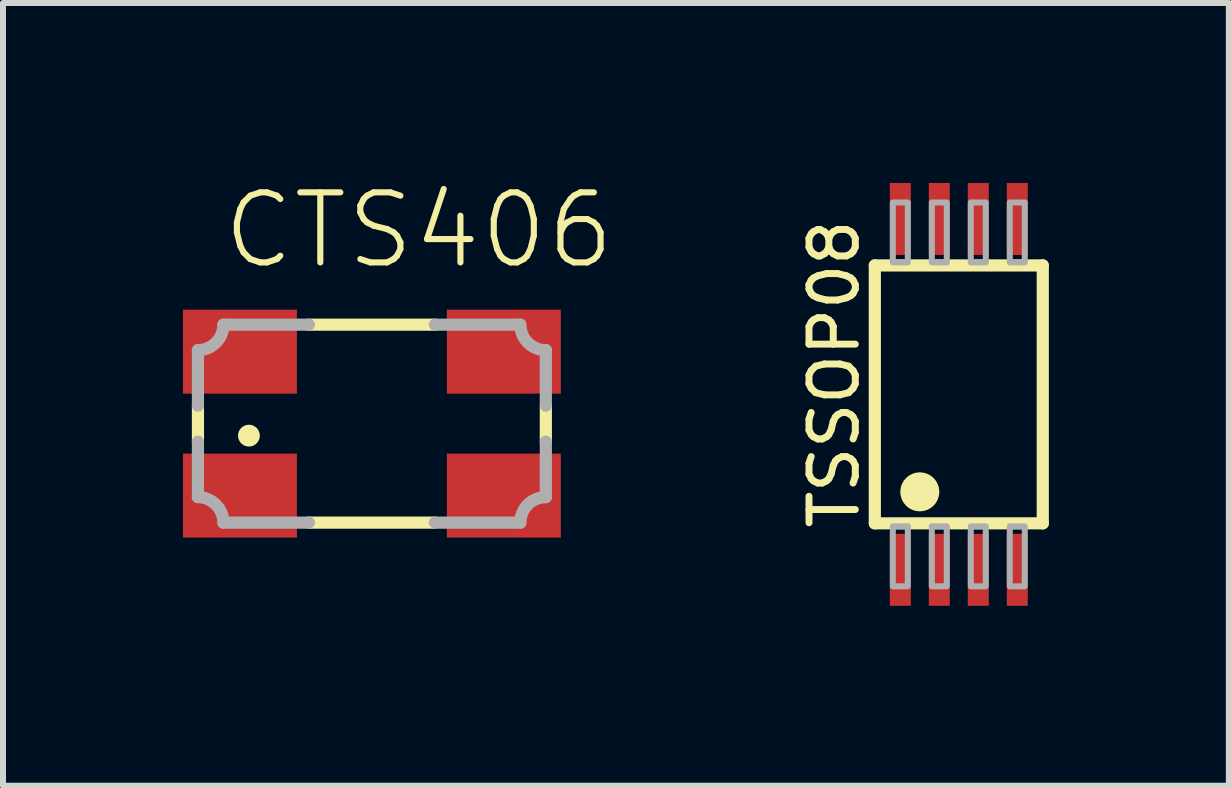
<source format=kicad_pcb>
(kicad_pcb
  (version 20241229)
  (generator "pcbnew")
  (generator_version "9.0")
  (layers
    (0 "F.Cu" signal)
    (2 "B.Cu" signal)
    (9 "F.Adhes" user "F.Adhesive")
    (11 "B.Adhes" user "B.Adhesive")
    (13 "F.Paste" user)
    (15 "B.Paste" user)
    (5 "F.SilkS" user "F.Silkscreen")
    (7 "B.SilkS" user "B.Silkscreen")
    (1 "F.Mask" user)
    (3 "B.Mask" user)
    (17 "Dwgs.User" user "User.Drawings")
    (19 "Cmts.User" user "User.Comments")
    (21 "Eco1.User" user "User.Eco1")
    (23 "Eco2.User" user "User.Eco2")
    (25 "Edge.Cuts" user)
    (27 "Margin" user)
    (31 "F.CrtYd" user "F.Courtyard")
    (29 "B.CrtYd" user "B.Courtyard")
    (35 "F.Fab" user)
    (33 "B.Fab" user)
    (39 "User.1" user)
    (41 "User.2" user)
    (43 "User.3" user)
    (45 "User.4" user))
  (footprint "TSSOP08"
    (layer "F.Cu")
    (at 12.935 3.525)
    (property "Reference" "TSSOP08" (at -1.625 2.29 90) (layer "F.SilkS") (effects (font (size 0.772 0.772) (thickness 0.116)) (justify left bottom)))
    (attr through_hole)
    (fp_line (start -1.4 -2.15) (end -1.4 2.15) (stroke (width 0.203) (type solid)) (layer "F.SilkS"))
    (fp_line (start -1.4 2.15) (end 1.4 2.15) (stroke (width 0.203) (type solid)) (layer "F.SilkS"))
    (fp_line (start 1.4 -2.15) (end -1.4 -2.15) (stroke (width 0.203) (type solid)) (layer "F.SilkS"))
    (fp_line (start 1.4 2.15) (end 1.4 -2.15) (stroke (width 0.203) (type solid)) (layer "F.SilkS"))
    (fp_circle (center -0.65 1.625) (end -0.487 1.625) (stroke (width 0.325) (type solid)) (fill no) (layer "F.SilkS"))
    (fp_poly (pts (xy -1.1 -2.2) (xy -0.85 -2.2) (xy -0.85 -3.2) (xy -1.1 -3.2)) (stroke (width 0.1) (type solid)) (fill no) (layer "F.Fab"))
    (fp_poly (pts (xy -1.1 3.2) (xy -0.85 3.2) (xy -0.85 2.2) (xy -1.1 2.2)) (stroke (width 0.1) (type solid)) (fill no) (layer "F.Fab"))
    (fp_poly (pts (xy -0.45 -2.2) (xy -0.2 -2.2) (xy -0.2 -3.2) (xy -0.45 -3.2)) (stroke (width 0.1) (type solid)) (fill no) (layer "F.Fab"))
    (fp_poly (pts (xy -0.45 3.2) (xy -0.2 3.2) (xy -0.2 2.2) (xy -0.45 2.2)) (stroke (width 0.1) (type solid)) (fill no) (layer "F.Fab"))
    (fp_poly (pts (xy 0.2 -2.2) (xy 0.45 -2.2) (xy 0.45 -3.2) (xy 0.2 -3.2)) (stroke (width 0.1) (type solid)) (fill no) (layer "F.Fab"))
    (fp_poly (pts (xy 0.2 3.2) (xy 0.45 3.2) (xy 0.45 2.2) (xy 0.2 2.2)) (stroke (width 0.1) (type solid)) (fill no) (layer "F.Fab"))
    (fp_poly (pts (xy 0.85 -2.2) (xy 1.1 -2.2) (xy 1.1 -3.2) (xy 0.85 -3.2)) (stroke (width 0.1) (type solid)) (fill no) (layer "F.Fab"))
    (fp_poly (pts (xy 0.85 3.2) (xy 1.1 3.2) (xy 1.1 2.2) (xy 0.85 2.2)) (stroke (width 0.1) (type solid)) (fill no) (layer "F.Fab"))
    (pad "1" smd rect (at -0.975 2.925) (size 0.35 1.2) (layers "F.Cu" "F.Mask" "F.Paste"))
    (pad "2" smd rect (at -0.325 2.925) (size 0.35 1.2) (layers "F.Cu" "F.Mask" "F.Paste"))
    (pad "3" smd rect (at 0.325 2.925) (size 0.35 1.2) (layers "F.Cu" "F.Mask" "F.Paste"))
    (pad "4" smd rect (at 0.975 2.925) (size 0.35 1.2) (layers "F.Cu" "F.Mask" "F.Paste"))
    (pad "5" smd rect (at 0.975 -2.925) (size 0.35 1.2) (layers "F.Cu" "F.Mask" "F.Paste"))
    (pad "6" smd rect (at 0.325 -2.925) (size 0.35 1.2) (layers "F.Cu" "F.Mask" "F.Paste"))
    (pad "7" smd rect (at -0.325 -2.925) (size 0.35 1.2) (layers "F.Cu" "F.Mask" "F.Paste"))
    (pad "8" smd rect (at -0.975 -2.925) (size 0.35 1.2) (layers "F.Cu" "F.Mask" "F.Paste")))
  (footprint "CTS406"
    (layer "F.Cu")
    (at 3.15 4.013)
    (property "Reference" "CTS406" (at -2.54 -2.54 0) (layer "F.SilkS") (effects (font (size 1.168 1.168) (thickness 0.102)) (justify left bottom)))
    (fp_line (start -2.9 0.3) (end -2.9 -0.3) (stroke (width 0.203) (type solid)) (layer "F.SilkS"))
    (fp_line (start -1.05 -1.65) (end 1.05 -1.65) (stroke (width 0.203) (type solid)) (layer "F.SilkS"))
    (fp_line (start 1.05 1.65) (end -1.05 1.65) (stroke (width 0.203) (type solid)) (layer "F.SilkS"))
    (fp_line (start 2.9 -0.3) (end 2.9 0.3) (stroke (width 0.203) (type solid)) (layer "F.SilkS"))
    (fp_circle (center -2.05 0.2) (end -1.959 0.2) (stroke (width 0.182) (type solid)) (fill yes) (layer "F.SilkS"))
    (fp_line (start -2.9 -0.3) (end -2.9 -1.225) (stroke (width 0.203) (type solid)) (layer "F.Fab"))
    (fp_line (start -2.9 1.225) (end -2.9 0.3) (stroke (width 0.203) (type solid)) (layer "F.Fab"))
    (fp_line (start -2.475 -1.65) (end -1.05 -1.65) (stroke (width 0.203) (type solid)) (layer "F.Fab"))
    (fp_line (start -1.05 1.65) (end -2.475 1.65) (stroke (width 0.203) (type solid)) (layer "F.Fab"))
    (fp_line (start 1.05 -1.65) (end 2.475 -1.65) (stroke (width 0.203) (type solid)) (layer "F.Fab"))
    (fp_line (start 2.475 1.65) (end 1.05 1.65) (stroke (width 0.203) (type solid)) (layer "F.Fab"))
    (fp_line (start 2.9 -1.225) (end 2.9 -0.3) (stroke (width 0.203) (type solid)) (layer "F.Fab"))
    (fp_line (start 2.9 0.3) (end 2.9 1.225) (stroke (width 0.203) (type solid)) (layer "F.Fab"))
    (fp_arc (start -2.899998 1.225) (mid -2.600003 1.350005) (end -2.475 1.65) (stroke (width 0.2032) (type solid)) (layer "F.Fab"))
    (fp_arc (start -2.475 -1.649998) (mid -2.600005 -1.350003) (end -2.9 -1.225) (stroke (width 0.2032) (type solid)) (layer "F.Fab"))
    (fp_arc (start 2.475 1.649998) (mid 2.600005 1.350003) (end 2.9 1.225) (stroke (width 0.2032) (type solid)) (layer "F.Fab"))
    (fp_arc (start 2.899998 -1.225) (mid 2.600003 -1.350005) (end 2.475 -1.65) (stroke (width 0.2032) (type solid)) (layer "F.Fab"))
    (pad "1" smd rect (at -2.2 1.2) (size 1.9 1.4) (layers "F.Cu" "F.Mask" "F.Paste"))
    (pad "2" smd rect (at 2.2 1.2) (size 1.9 1.4) (layers "F.Cu" "F.Mask" "F.Paste"))
    (pad "3" smd rect (at 2.2 -1.2) (size 1.9 1.4) (layers "F.Cu" "F.Mask" "F.Paste"))
    (pad "4" smd rect (at -2.2 -1.2) (size 1.9 1.4) (layers "F.Cu" "F.Mask" "F.Paste")))
  (gr_rect
    (start -3 -3)
    (end 17.437 10.05)
    (stroke (width 0.1) (type default))
    (fill no)
    (layer "Edge.Cuts")))
</source>
